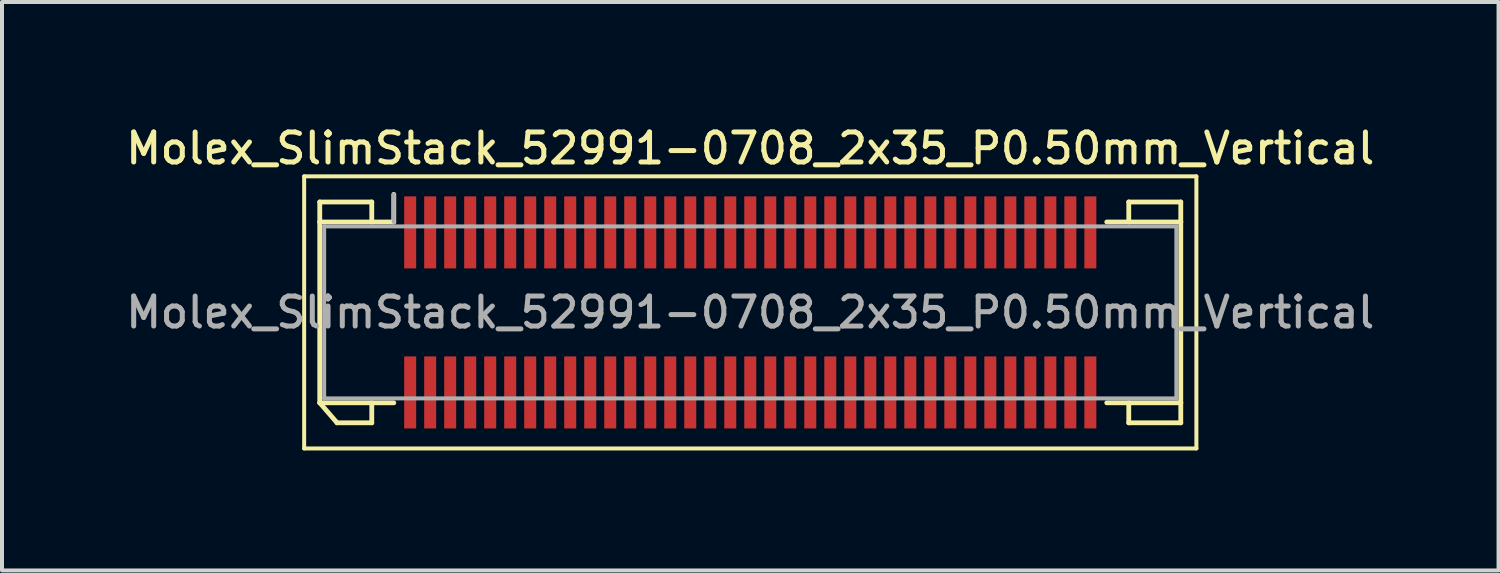
<source format=kicad_pcb>
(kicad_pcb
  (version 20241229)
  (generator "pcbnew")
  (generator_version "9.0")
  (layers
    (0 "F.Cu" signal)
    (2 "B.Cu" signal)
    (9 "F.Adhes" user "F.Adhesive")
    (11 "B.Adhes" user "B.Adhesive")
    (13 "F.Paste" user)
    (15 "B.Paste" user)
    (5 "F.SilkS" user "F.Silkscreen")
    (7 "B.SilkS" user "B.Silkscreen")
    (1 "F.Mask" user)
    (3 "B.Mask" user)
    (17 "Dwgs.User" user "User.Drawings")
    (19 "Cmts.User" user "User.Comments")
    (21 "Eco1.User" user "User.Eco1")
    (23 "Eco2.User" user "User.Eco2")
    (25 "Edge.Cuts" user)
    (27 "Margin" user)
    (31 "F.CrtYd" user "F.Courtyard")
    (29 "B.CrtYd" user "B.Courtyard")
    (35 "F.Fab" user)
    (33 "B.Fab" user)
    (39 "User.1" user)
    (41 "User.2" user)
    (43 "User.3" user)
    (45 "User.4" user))
  (footprint "Molex_SlimStack_52991-0708_2x35_P0.50mm_Vertical"
    (layer "F.Cu")
    (at 15.702 4.758)
    (property "Reference" "Molex_SlimStack_52991-0708_2x35_P0.50mm_Vertical" (at 0 -4.1 0) (layer "F.SilkS") (effects (font (size 0.75 0.75) (thickness 0.125))))
    (attr smd)
    (fp_line (start -11.15 -3.4) (end -11.15 3.4) (stroke (width 0.1) (type solid)) (layer "F.SilkS"))
    (fp_line (start -11.15 3.4) (end 11.15 3.4) (stroke (width 0.1) (type solid)) (layer "F.SilkS"))
    (fp_line (start -10.76 -2.76) (end -9.46 -2.76) (stroke (width 0.12) (type solid)) (layer "F.SilkS"))
    (fp_line (start -10.76 -2.26) (end -10.76 -2.76) (stroke (width 0.12) (type solid)) (layer "F.SilkS"))
    (fp_line (start -10.76 -2.26) (end -8.91 -2.26) (stroke (width 0.12) (type solid)) (layer "F.SilkS"))
    (fp_line (start -10.76 2.26) (end -10.76 -2.26) (stroke (width 0.12) (type solid)) (layer "F.SilkS"))
    (fp_line (start -10.76 2.26) (end -10.327 2.76) (stroke (width 0.12) (type solid)) (layer "F.SilkS"))
    (fp_line (start -10.327 2.76) (end -9.46 2.76) (stroke (width 0.12) (type solid)) (layer "F.SilkS"))
    (fp_line (start -9.46 -2.76) (end -9.46 -2.26) (stroke (width 0.12) (type solid)) (layer "F.SilkS"))
    (fp_line (start -9.46 2.76) (end -9.46 2.26) (stroke (width 0.12) (type solid)) (layer "F.SilkS"))
    (fp_line (start -8.91 -2.26) (end -8.91 -2.95) (stroke (width 0.12) (type solid)) (layer "F.SilkS"))
    (fp_line (start -8.91 2.26) (end -10.76 2.26) (stroke (width 0.12) (type solid)) (layer "F.SilkS"))
    (fp_line (start 8.91 2.26) (end 10.76 2.26) (stroke (width 0.12) (type solid)) (layer "F.SilkS"))
    (fp_line (start 9.46 -2.76) (end 9.46 -2.26) (stroke (width 0.12) (type solid)) (layer "F.SilkS"))
    (fp_line (start 9.46 2.76) (end 9.46 2.26) (stroke (width 0.12) (type solid)) (layer "F.SilkS"))
    (fp_line (start 10.76 -2.76) (end 9.46 -2.76) (stroke (width 0.12) (type solid)) (layer "F.SilkS"))
    (fp_line (start 10.76 -2.26) (end 8.91 -2.26) (stroke (width 0.12) (type solid)) (layer "F.SilkS"))
    (fp_line (start 10.76 -2.26) (end 10.76 -2.76) (stroke (width 0.12) (type solid)) (layer "F.SilkS"))
    (fp_line (start 10.76 2.26) (end 10.76 -2.26) (stroke (width 0.12) (type solid)) (layer "F.SilkS"))
    (fp_line (start 10.76 2.26) (end 10.76 2.76) (stroke (width 0.12) (type solid)) (layer "F.SilkS"))
    (fp_line (start 10.76 2.76) (end 9.46 2.76) (stroke (width 0.12) (type solid)) (layer "F.SilkS"))
    (fp_line (start 11.15 -3.4) (end -11.15 -3.4) (stroke (width 0.1) (type solid)) (layer "F.SilkS"))
    (fp_line (start 11.15 3.4) (end 11.15 -3.4) (stroke (width 0.1) (type solid)) (layer "F.SilkS"))
    (fp_line (start -10.65 -2.15) (end -10.65 2.15) (stroke (width 0.1) (type solid)) (layer "F.Fab"))
    (fp_line (start -10.65 2.15) (end 10.65 2.15) (stroke (width 0.1) (type solid)) (layer "F.Fab"))
    (fp_line (start -8.91 -2.26) (end -8.91 -2.95) (stroke (width 0.1) (type solid)) (layer "F.Fab"))
    (fp_line (start 10.65 -2.15) (end -10.65 -2.15) (stroke (width 0.1) (type solid)) (layer "F.Fab"))
    (fp_line (start 10.65 2.15) (end 10.65 -2.15) (stroke (width 0.1) (type solid)) (layer "F.Fab"))
    (fp_text user "${REFERENCE}" (at 0 0 0) (layer "F.Fab") (effects (font (size 0.75 0.75) (thickness 0.125))))
    (pad "1" smd rect (at -8.5 -2) (size 0.3 1.8) (layers "F.Cu" "F.Mask" "F.Paste"))
    (pad "2" smd rect (at -8.5 2) (size 0.3 1.8) (layers "F.Cu" "F.Mask" "F.Paste"))
    (pad "3" smd rect (at -8 -2) (size 0.3 1.8) (layers "F.Cu" "F.Mask" "F.Paste"))
    (pad "4" smd rect (at -8 2) (size 0.3 1.8) (layers "F.Cu" "F.Mask" "F.Paste"))
    (pad "5" smd rect (at -7.5 -2) (size 0.3 1.8) (layers "F.Cu" "F.Mask" "F.Paste"))
    (pad "6" smd rect (at -7.5 2) (size 0.3 1.8) (layers "F.Cu" "F.Mask" "F.Paste"))
    (pad "7" smd rect (at -7 -2) (size 0.3 1.8) (layers "F.Cu" "F.Mask" "F.Paste"))
    (pad "8" smd rect (at -7 2) (size 0.3 1.8) (layers "F.Cu" "F.Mask" "F.Paste"))
    (pad "9" smd rect (at -6.5 -2) (size 0.3 1.8) (layers "F.Cu" "F.Mask" "F.Paste"))
    (pad "10" smd rect (at -6.5 2) (size 0.3 1.8) (layers "F.Cu" "F.Mask" "F.Paste"))
    (pad "11" smd rect (at -6 -2) (size 0.3 1.8) (layers "F.Cu" "F.Mask" "F.Paste"))
    (pad "12" smd rect (at -6 2) (size 0.3 1.8) (layers "F.Cu" "F.Mask" "F.Paste"))
    (pad "13" smd rect (at -5.5 -2) (size 0.3 1.8) (layers "F.Cu" "F.Mask" "F.Paste"))
    (pad "14" smd rect (at -5.5 2) (size 0.3 1.8) (layers "F.Cu" "F.Mask" "F.Paste"))
    (pad "15" smd rect (at -5 -2) (size 0.3 1.8) (layers "F.Cu" "F.Mask" "F.Paste"))
    (pad "16" smd rect (at -5 2) (size 0.3 1.8) (layers "F.Cu" "F.Mask" "F.Paste"))
    (pad "17" smd rect (at -4.5 -2) (size 0.3 1.8) (layers "F.Cu" "F.Mask" "F.Paste"))
    (pad "18" smd rect (at -4.5 2) (size 0.3 1.8) (layers "F.Cu" "F.Mask" "F.Paste"))
    (pad "19" smd rect (at -4 -2) (size 0.3 1.8) (layers "F.Cu" "F.Mask" "F.Paste"))
    (pad "20" smd rect (at -4 2) (size 0.3 1.8) (layers "F.Cu" "F.Mask" "F.Paste"))
    (pad "21" smd rect (at -3.5 -2) (size 0.3 1.8) (layers "F.Cu" "F.Mask" "F.Paste"))
    (pad "22" smd rect (at -3.5 2) (size 0.3 1.8) (layers "F.Cu" "F.Mask" "F.Paste"))
    (pad "23" smd rect (at -3 -2) (size 0.3 1.8) (layers "F.Cu" "F.Mask" "F.Paste"))
    (pad "24" smd rect (at -3 2) (size 0.3 1.8) (layers "F.Cu" "F.Mask" "F.Paste"))
    (pad "25" smd rect (at -2.5 -2) (size 0.3 1.8) (layers "F.Cu" "F.Mask" "F.Paste"))
    (pad "26" smd rect (at -2.5 2) (size 0.3 1.8) (layers "F.Cu" "F.Mask" "F.Paste"))
    (pad "27" smd rect (at -2 -2) (size 0.3 1.8) (layers "F.Cu" "F.Mask" "F.Paste"))
    (pad "28" smd rect (at -2 2) (size 0.3 1.8) (layers "F.Cu" "F.Mask" "F.Paste"))
    (pad "29" smd rect (at -1.5 -2) (size 0.3 1.8) (layers "F.Cu" "F.Mask" "F.Paste"))
    (pad "30" smd rect (at -1.5 2) (size 0.3 1.8) (layers "F.Cu" "F.Mask" "F.Paste"))
    (pad "31" smd rect (at -1 -2) (size 0.3 1.8) (layers "F.Cu" "F.Mask" "F.Paste"))
    (pad "32" smd rect (at -1 2) (size 0.3 1.8) (layers "F.Cu" "F.Mask" "F.Paste"))
    (pad "33" smd rect (at -0.5 -2) (size 0.3 1.8) (layers "F.Cu" "F.Mask" "F.Paste"))
    (pad "34" smd rect (at -0.5 2) (size 0.3 1.8) (layers "F.Cu" "F.Mask" "F.Paste"))
    (pad "35" smd rect (at 0 -2) (size 0.3 1.8) (layers "F.Cu" "F.Mask" "F.Paste"))
    (pad "36" smd rect (at 0 2) (size 0.3 1.8) (layers "F.Cu" "F.Mask" "F.Paste"))
    (pad "37" smd rect (at 0.5 -2) (size 0.3 1.8) (layers "F.Cu" "F.Mask" "F.Paste"))
    (pad "38" smd rect (at 0.5 2) (size 0.3 1.8) (layers "F.Cu" "F.Mask" "F.Paste"))
    (pad "39" smd rect (at 1 -2) (size 0.3 1.8) (layers "F.Cu" "F.Mask" "F.Paste"))
    (pad "40" smd rect (at 1 2) (size 0.3 1.8) (layers "F.Cu" "F.Mask" "F.Paste"))
    (pad "41" smd rect (at 1.5 -2) (size 0.3 1.8) (layers "F.Cu" "F.Mask" "F.Paste"))
    (pad "42" smd rect (at 1.5 2) (size 0.3 1.8) (layers "F.Cu" "F.Mask" "F.Paste"))
    (pad "43" smd rect (at 2 -2) (size 0.3 1.8) (layers "F.Cu" "F.Mask" "F.Paste"))
    (pad "44" smd rect (at 2 2) (size 0.3 1.8) (layers "F.Cu" "F.Mask" "F.Paste"))
    (pad "45" smd rect (at 2.5 -2) (size 0.3 1.8) (layers "F.Cu" "F.Mask" "F.Paste"))
    (pad "46" smd rect (at 2.5 2) (size 0.3 1.8) (layers "F.Cu" "F.Mask" "F.Paste"))
    (pad "47" smd rect (at 3 -2) (size 0.3 1.8) (layers "F.Cu" "F.Mask" "F.Paste"))
    (pad "48" smd rect (at 3 2) (size 0.3 1.8) (layers "F.Cu" "F.Mask" "F.Paste"))
    (pad "49" smd rect (at 3.5 -2) (size 0.3 1.8) (layers "F.Cu" "F.Mask" "F.Paste"))
    (pad "50" smd rect (at 3.5 2) (size 0.3 1.8) (layers "F.Cu" "F.Mask" "F.Paste"))
    (pad "51" smd rect (at 4 -2) (size 0.3 1.8) (layers "F.Cu" "F.Mask" "F.Paste"))
    (pad "52" smd rect (at 4 2) (size 0.3 1.8) (layers "F.Cu" "F.Mask" "F.Paste"))
    (pad "53" smd rect (at 4.5 -2) (size 0.3 1.8) (layers "F.Cu" "F.Mask" "F.Paste"))
    (pad "54" smd rect (at 4.5 2) (size 0.3 1.8) (layers "F.Cu" "F.Mask" "F.Paste"))
    (pad "55" smd rect (at 5 -2) (size 0.3 1.8) (layers "F.Cu" "F.Mask" "F.Paste"))
    (pad "56" smd rect (at 5 2) (size 0.3 1.8) (layers "F.Cu" "F.Mask" "F.Paste"))
    (pad "57" smd rect (at 5.5 -2) (size 0.3 1.8) (layers "F.Cu" "F.Mask" "F.Paste"))
    (pad "58" smd rect (at 5.5 2) (size 0.3 1.8) (layers "F.Cu" "F.Mask" "F.Paste"))
    (pad "59" smd rect (at 6 -2) (size 0.3 1.8) (layers "F.Cu" "F.Mask" "F.Paste"))
    (pad "60" smd rect (at 6 2) (size 0.3 1.8) (layers "F.Cu" "F.Mask" "F.Paste"))
    (pad "61" smd rect (at 6.5 -2) (size 0.3 1.8) (layers "F.Cu" "F.Mask" "F.Paste"))
    (pad "62" smd rect (at 6.5 2) (size 0.3 1.8) (layers "F.Cu" "F.Mask" "F.Paste"))
    (pad "63" smd rect (at 7 -2) (size 0.3 1.8) (layers "F.Cu" "F.Mask" "F.Paste"))
    (pad "64" smd rect (at 7 2) (size 0.3 1.8) (layers "F.Cu" "F.Mask" "F.Paste"))
    (pad "65" smd rect (at 7.5 -2) (size 0.3 1.8) (layers "F.Cu" "F.Mask" "F.Paste"))
    (pad "66" smd rect (at 7.5 2) (size 0.3 1.8) (layers "F.Cu" "F.Mask" "F.Paste"))
    (pad "67" smd rect (at 8 -2) (size 0.3 1.8) (layers "F.Cu" "F.Mask" "F.Paste"))
    (pad "68" smd rect (at 8 2) (size 0.3 1.8) (layers "F.Cu" "F.Mask" "F.Paste"))
    (pad "69" smd rect (at 8.5 -2) (size 0.3 1.8) (layers "F.Cu" "F.Mask" "F.Paste"))
    (pad "70" smd rect (at 8.5 2) (size 0.3 1.8) (layers "F.Cu" "F.Mask" "F.Paste")))
  (gr_rect
    (start -3 -3)
    (end 34.404 11.208)
    (stroke (width 0.1) (type default))
    (fill no)
    (layer "Edge.Cuts")))
</source>
